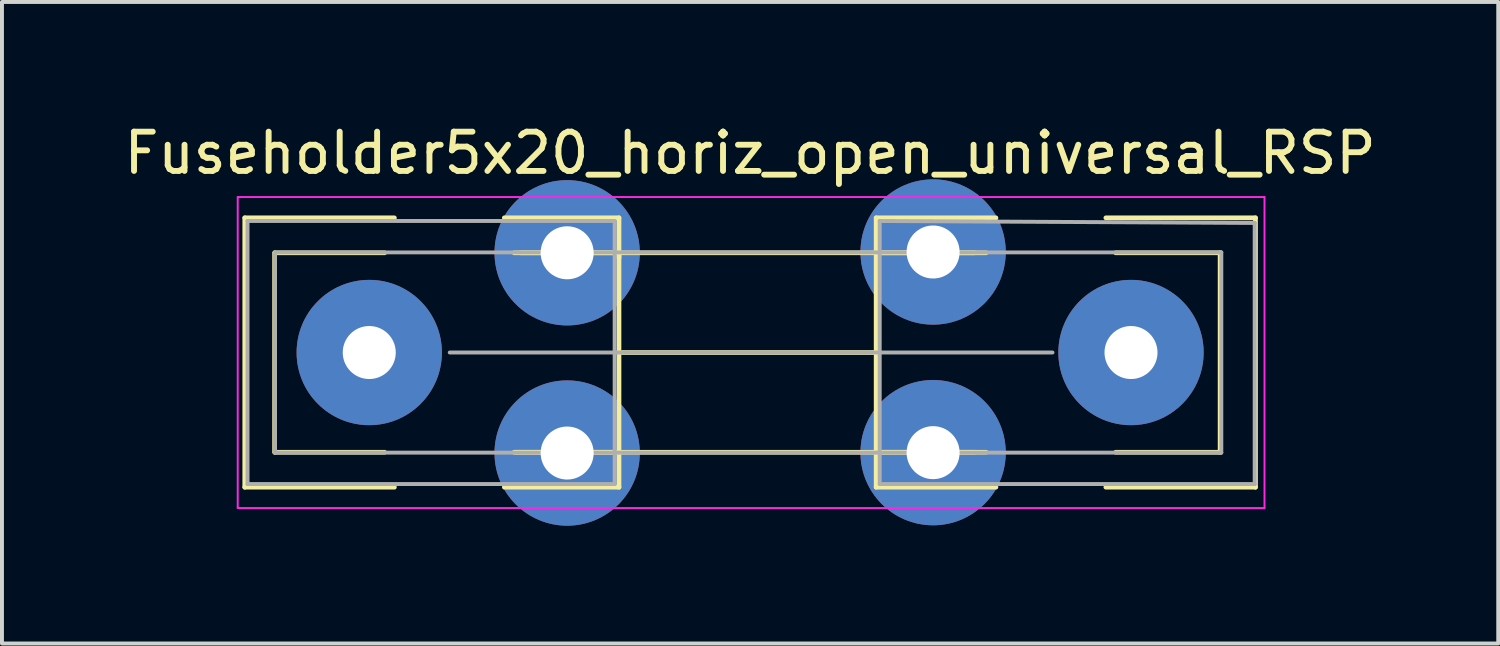
<source format=kicad_pcb>
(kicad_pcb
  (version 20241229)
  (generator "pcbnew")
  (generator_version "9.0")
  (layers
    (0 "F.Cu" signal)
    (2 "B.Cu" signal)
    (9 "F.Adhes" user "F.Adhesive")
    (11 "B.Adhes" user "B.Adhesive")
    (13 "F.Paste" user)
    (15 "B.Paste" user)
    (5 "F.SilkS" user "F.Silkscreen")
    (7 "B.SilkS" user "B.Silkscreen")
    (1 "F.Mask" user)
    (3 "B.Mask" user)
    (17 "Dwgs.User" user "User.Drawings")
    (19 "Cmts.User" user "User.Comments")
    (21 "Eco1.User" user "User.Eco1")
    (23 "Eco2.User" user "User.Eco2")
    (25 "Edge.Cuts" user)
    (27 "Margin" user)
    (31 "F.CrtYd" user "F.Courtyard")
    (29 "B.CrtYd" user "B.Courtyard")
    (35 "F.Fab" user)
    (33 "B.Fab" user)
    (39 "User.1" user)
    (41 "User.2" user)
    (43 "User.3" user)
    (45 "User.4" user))
  (footprint "Fuseholder5x20_horiz_open_universal_RSP"
    (layer "F.Cu")
    (at 5.854 5.928)
    (property "Reference" "Fuseholder5x20_horiz_open_universal_RSP" (at 10.2 -5.08 0) (layer "F.SilkS") (effects (font (size 1 1) (thickness 0.15))))
    (attr through_hole)
    (fp_line (start -2.67 -3.43) (end -2.67 3.43) (stroke (width 0.12) (type solid)) (layer "F.SilkS"))
    (fp_line (start -2.67 -3.43) (end 1.14 -3.43) (stroke (width 0.12) (type solid)) (layer "F.SilkS"))
    (fp_line (start -2.67 3.43) (end 1.14 3.43) (stroke (width 0.12) (type solid)) (layer "F.SilkS"))
    (fp_line (start -1.91 -2.54) (end -1.91 2.54) (stroke (width 0.12) (type solid)) (layer "F.SilkS"))
    (fp_line (start -1.9 -2.54) (end 0.89 -2.54) (stroke (width 0.12) (type solid)) (layer "F.SilkS"))
    (fp_line (start -1.9 2.54) (end 0.89 2.54) (stroke (width 0.12) (type solid)) (layer "F.SilkS"))
    (fp_line (start 4.36 -2.54) (end 15.91 -2.54) (stroke (width 0.12) (type solid)) (layer "F.SilkS"))
    (fp_line (start 6.86 -3.43) (end 3.94 -3.43) (stroke (width 0.12) (type solid)) (layer "F.SilkS"))
    (fp_line (start 6.86 -3.43) (end 6.86 -2.41) (stroke (width 0.12) (type solid)) (layer "F.SilkS"))
    (fp_line (start 6.86 -2.54) (end 4.19 -2.54) (stroke (width 0.12) (type solid)) (layer "F.SilkS"))
    (fp_line (start 6.86 0) (end 6.86 -2.54) (stroke (width 0.12) (type solid)) (layer "F.SilkS"))
    (fp_line (start 6.86 2.54) (end 4.19 2.54) (stroke (width 0.12) (type solid)) (layer "F.SilkS"))
    (fp_line (start 6.86 2.54) (end 6.86 0) (stroke (width 0.12) (type solid)) (layer "F.SilkS"))
    (fp_line (start 6.86 3.43) (end 3.94 3.43) (stroke (width 0.12) (type solid)) (layer "F.SilkS"))
    (fp_line (start 6.86 3.43) (end 6.86 2.54) (stroke (width 0.12) (type solid)) (layer "F.SilkS"))
    (fp_line (start 6.95 0) (end 13.45 0) (stroke (width 0.12) (type solid)) (layer "F.SilkS"))
    (fp_line (start 13.41 -3.43) (end 13.41 -2.54) (stroke (width 0.12) (type solid)) (layer "F.SilkS"))
    (fp_line (start 13.41 -3.43) (end 16.46 -3.43) (stroke (width 0.12) (type solid)) (layer "F.SilkS"))
    (fp_line (start 13.41 -2.54) (end 16.21 -2.54) (stroke (width 0.12) (type solid)) (layer "F.SilkS"))
    (fp_line (start 13.41 0) (end 13.41 -2.54) (stroke (width 0.12) (type solid)) (layer "F.SilkS"))
    (fp_line (start 13.41 2.54) (end 13.41 0) (stroke (width 0.12) (type solid)) (layer "F.SilkS"))
    (fp_line (start 13.41 2.54) (end 16.21 2.54) (stroke (width 0.12) (type solid)) (layer "F.SilkS"))
    (fp_line (start 13.41 3.43) (end 13.41 2.54) (stroke (width 0.12) (type solid)) (layer "F.SilkS"))
    (fp_line (start 13.41 3.43) (end 16.46 3.43) (stroke (width 0.12) (type solid)) (layer "F.SilkS"))
    (fp_line (start 15.91 2.54) (end 4.23 2.54) (stroke (width 0.12) (type solid)) (layer "F.SilkS"))
    (fp_line (start 22.17 -2.54) (end 22.17 2.54) (stroke (width 0.12) (type solid)) (layer "F.SilkS"))
    (fp_line (start 22.18 -2.54) (end 19.51 -2.54) (stroke (width 0.12) (type solid)) (layer "F.SilkS"))
    (fp_line (start 22.18 2.54) (end 19.51 2.54) (stroke (width 0.12) (type solid)) (layer "F.SilkS"))
    (fp_line (start 23.07 -3.43) (end 19.26 -3.43) (stroke (width 0.12) (type solid)) (layer "F.SilkS"))
    (fp_line (start 23.07 -3.43) (end 23.07 3.43) (stroke (width 0.12) (type solid)) (layer "F.SilkS"))
    (fp_line (start 23.07 3.43) (end 19.26 3.43) (stroke (width 0.12) (type solid)) (layer "F.SilkS"))
    (fp_line (start -2.85 -3.96) (end -2.85 3.96) (stroke (width 0.05) (type solid)) (layer "F.CrtYd"))
    (fp_line (start -2.85 -3.96) (end 23.3 -3.96) (stroke (width 0.05) (type solid)) (layer "F.CrtYd"))
    (fp_line (start 23.3 3.96) (end -2.85 3.96) (stroke (width 0.05) (type solid)) (layer "F.CrtYd"))
    (fp_line (start 23.3 3.96) (end 23.3 -3.96) (stroke (width 0.05) (type solid)) (layer "F.CrtYd"))
    (fp_line (start -2.6 -3.35) (end 6.75 -3.35) (stroke (width 0.1) (type solid)) (layer "F.Fab"))
    (fp_line (start -2.6 3.35) (end -2.6 -3.35) (stroke (width 0.1) (type solid)) (layer "F.Fab"))
    (fp_line (start -1.9 -2.55) (end 22.2 -2.55) (stroke (width 0.1) (type solid)) (layer "F.Fab"))
    (fp_line (start -1.9 2.55) (end -1.9 -2.5) (stroke (width 0.1) (type solid)) (layer "F.Fab"))
    (fp_line (start 2.55 0) (end 17.9 0) (stroke (width 0.1) (type solid)) (layer "F.Fab"))
    (fp_line (start 6.75 -3.35) (end 6.75 3.35) (stroke (width 0.1) (type solid)) (layer "F.Fab"))
    (fp_line (start 6.75 3.35) (end -2.6 3.35) (stroke (width 0.1) (type solid)) (layer "F.Fab"))
    (fp_line (start 13.5 -3.35) (end 13.5 3.35) (stroke (width 0.1) (type solid)) (layer "F.Fab"))
    (fp_line (start 13.5 3.35) (end 23.05 3.35) (stroke (width 0.1) (type solid)) (layer "F.Fab"))
    (fp_line (start 22.2 -2.55) (end 22.2 2.55) (stroke (width 0.1) (type solid)) (layer "F.Fab"))
    (fp_line (start 22.2 2.55) (end -1.9 2.55) (stroke (width 0.1) (type solid)) (layer "F.Fab"))
    (fp_line (start 23.05 -3.3) (end 13.5 -3.35) (stroke (width 0.1) (type solid)) (layer "F.Fab"))
    (fp_line (start 23.05 3.35) (end 23.05 -3.3) (stroke (width 0.1) (type solid)) (layer "F.Fab"))
    (pad "1" thru_hole circle (at 0.5 0) (size 3.7 3.7) (drill 1.35) (layers "*.Cu" "*.Mask"))
    (pad "1" thru_hole circle (at 5.54 -2.54) (size 3.7 3.7) (drill 1.35) (layers "*.Cu" "*.Mask"))
    (pad "1" thru_hole circle (at 5.54 2.56) (size 3.7 3.7) (drill 1.35) (layers "*.Cu" "*.Mask"))
    (pad "2" thru_hole circle (at 14.86 -2.56) (size 3.7 3.7) (drill 1.35) (layers "*.Cu" "*.Mask"))
    (pad "2" thru_hole circle (at 14.86 2.55) (size 3.7 3.7) (drill 1.35) (layers "*.Cu" "*.Mask"))
    (pad "2" thru_hole circle (at 19.9 0) (size 3.7 3.7) (drill 1.35) (layers "*.Cu" "*.Mask")))
  (gr_rect
    (start -3 -3)
    (end 35.107 13.338)
    (stroke (width 0.1) (type default))
    (fill no)
    (layer "Edge.Cuts")))
</source>
